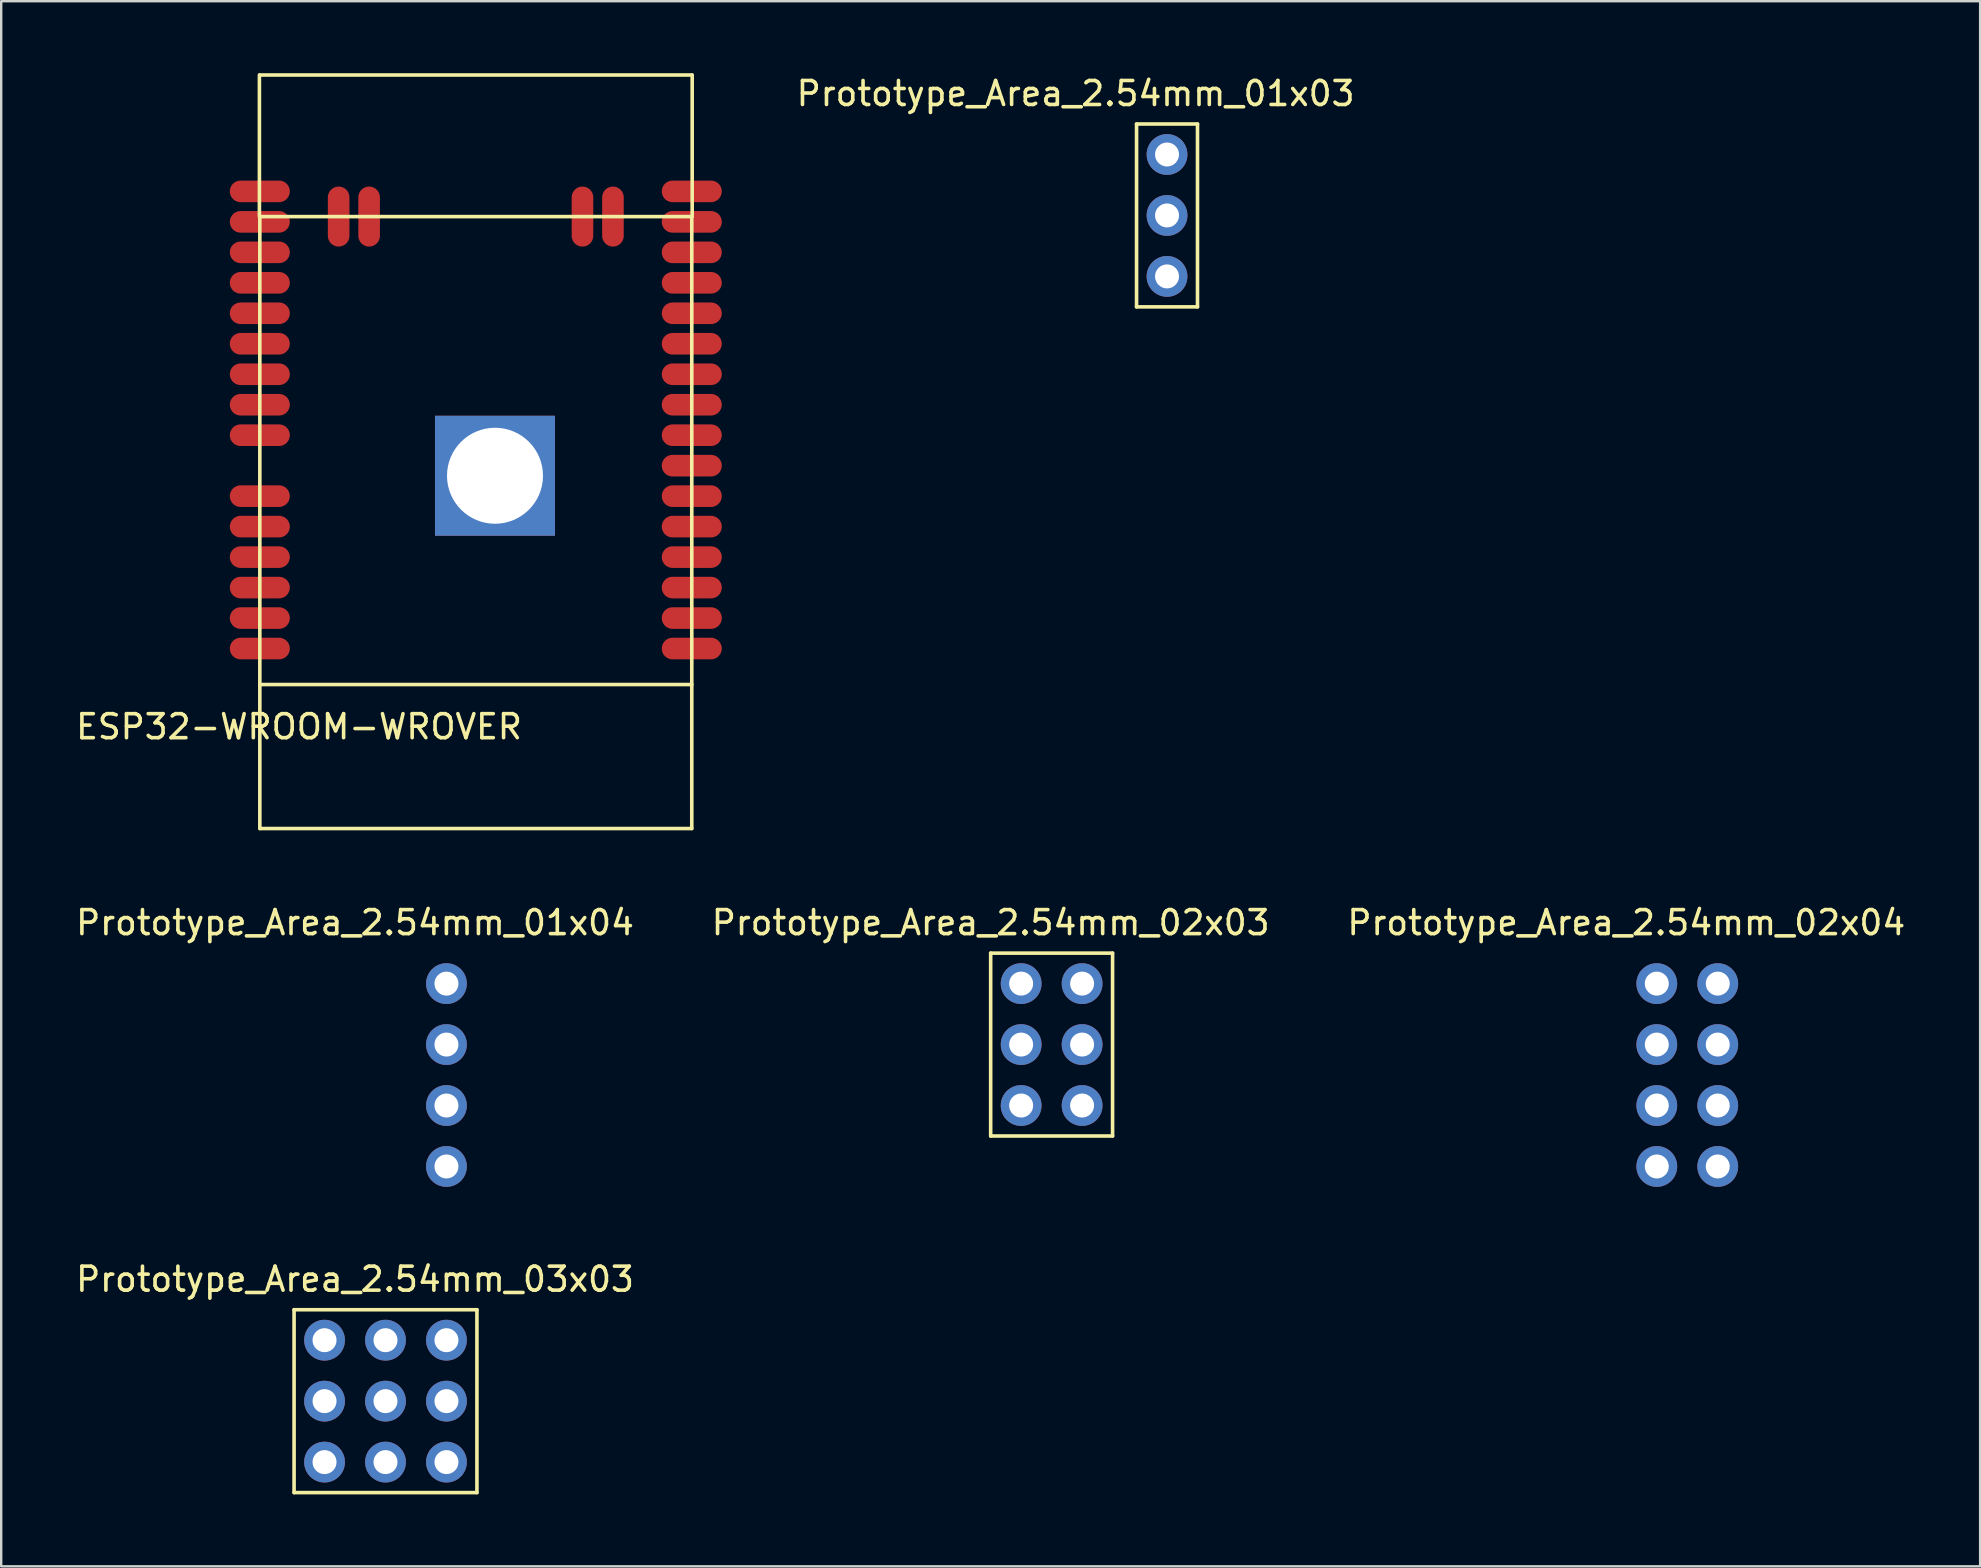
<source format=kicad_pcb>
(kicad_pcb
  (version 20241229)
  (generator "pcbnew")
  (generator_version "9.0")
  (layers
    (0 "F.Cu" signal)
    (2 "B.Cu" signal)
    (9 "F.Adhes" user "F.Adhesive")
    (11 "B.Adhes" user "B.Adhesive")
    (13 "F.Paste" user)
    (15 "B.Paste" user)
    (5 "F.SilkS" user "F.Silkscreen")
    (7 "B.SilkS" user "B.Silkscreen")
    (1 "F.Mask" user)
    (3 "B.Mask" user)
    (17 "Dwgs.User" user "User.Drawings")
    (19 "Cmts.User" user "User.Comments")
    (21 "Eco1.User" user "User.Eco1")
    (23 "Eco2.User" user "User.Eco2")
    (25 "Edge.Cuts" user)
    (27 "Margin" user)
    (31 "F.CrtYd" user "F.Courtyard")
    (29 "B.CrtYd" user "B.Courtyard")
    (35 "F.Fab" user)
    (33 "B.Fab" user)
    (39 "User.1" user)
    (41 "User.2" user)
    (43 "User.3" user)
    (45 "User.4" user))
  (footprint "Prototype_Area_2.54mm_01x03"
    (layer "F.Cu")
    (at 45.581 3.388)
    (property "Reference" "Prototype_Area_2.54mm_01x03" (at -3.81 -2.54 0) (layer "F.SilkS") (effects (font (size 1 1) (thickness 0.15))))
    (attr through_hole)
    (fp_line (start -1.27 -1.27) (end 1.27 -1.27) (stroke (width 0.15) (type solid)) (layer "F.SilkS"))
    (fp_line (start -1.27 6.35) (end -1.27 -1.27) (stroke (width 0.15) (type solid)) (layer "F.SilkS"))
    (fp_line (start 1.27 -1.27) (end 1.27 6.35) (stroke (width 0.15) (type solid)) (layer "F.SilkS"))
    (fp_line (start 1.27 6.35) (end -1.27 6.35) (stroke (width 0.15) (type solid)) (layer "F.SilkS"))
    (pad "1" thru_hole circle (at 0 0) (size 1.7 1.7) (drill 1) (layers "*.Cu" "*.Mask"))
    (pad "3" thru_hole oval (at 0 2.54) (size 1.7 1.7) (drill 1) (layers "*.Cu" "*.Mask"))
    (pad "5" thru_hole oval (at 0 5.08) (size 1.7 1.7) (drill 1) (layers "*.Cu" "*.Mask")))
  (footprint "Prototype_Area_2.54mm_02x04"
    (layer "F.Cu")
    (at 68.53 37.938)
    (property "Reference" "Prototype_Area_2.54mm_02x04" (at -3.81 -2.54 0) (layer "F.SilkS") (effects (font (size 1 1) (thickness 0.15))))
    (attr through_hole)
    (pad "1" thru_hole circle (at 0 0) (size 1.7 1.7) (drill 1) (layers "*.Cu" "*.Mask"))
    (pad "2" thru_hole oval (at -2.54 0) (size 1.7 1.7) (drill 1) (layers "*.Cu" "*.Mask"))
    (pad "3" thru_hole oval (at 0 2.54) (size 1.7 1.7) (drill 1) (layers "*.Cu" "*.Mask"))
    (pad "4" thru_hole oval (at -2.54 2.54) (size 1.7 1.7) (drill 1) (layers "*.Cu" "*.Mask"))
    (pad "5" thru_hole oval (at 0 5.08) (size 1.7 1.7) (drill 1) (layers "*.Cu" "*.Mask"))
    (pad "6" thru_hole oval (at -2.54 5.08) (size 1.7 1.7) (drill 1) (layers "*.Cu" "*.Mask"))
    (pad "7" thru_hole oval (at 0 7.62) (size 1.7 1.7) (drill 1) (layers "*.Cu" "*.Mask"))
    (pad "8" thru_hole oval (at -2.54 7.62) (size 1.7 1.7) (drill 1) (layers "*.Cu" "*.Mask")))
  (footprint "ESP32-WROOM-WROVER"
    (layer "F.Cu")
    (at 16.777 18.725)
    (property "Reference" "ESP32-WROOM-WROVER" (at -7.366 8.509 0) (layer "F.SilkS") (effects (font (size 1 1) (thickness 0.15))))
    (attr through_hole)
    (fp_line (start -9.017 -18.65) (end -9.017 -12.75) (stroke (width 0.15) (type solid)) (layer "F.SilkS"))
    (fp_line (start -9 -18.65) (end 9 -18.65) (stroke (width 0.15) (type solid)) (layer "F.SilkS"))
    (fp_line (start -9 -12.75) (end 9 -12.75) (stroke (width 0.15) (type solid)) (layer "F.SilkS"))
    (fp_line (start -9 6.75) (end 9 6.75) (stroke (width 0.15) (type solid)) (layer "F.SilkS"))
    (fp_line (start -9 12.75) (end -9 -12.75) (stroke (width 0.15) (type solid)) (layer "F.SilkS"))
    (fp_line (start -9 12.75) (end 9 12.75) (stroke (width 0.15) (type solid)) (layer "F.SilkS"))
    (fp_line (start 9 12.75) (end 9 -12.75) (stroke (width 0.15) (type solid)) (layer "F.SilkS"))
    (fp_line (start 9.017 -18.65) (end 9.017 -12.75) (stroke (width 0.15) (type solid)) (layer "F.SilkS"))
    (pad "1" smd oval (at 9 5.25) (size 2.5 0.9) (layers "F.Cu" "F.Mask" "F.Paste"))
    (pad "2" smd oval (at 9 3.98) (size 2.5 0.9) (layers "F.Cu" "F.Mask" "F.Paste"))
    (pad "3" smd oval (at 9 2.71) (size 2.5 0.9) (layers "F.Cu" "F.Mask" "F.Paste"))
    (pad "4" smd oval (at 9 1.44) (size 2.5 0.9) (layers "F.Cu" "F.Mask" "F.Paste"))
    (pad "5" smd oval (at 9 0.17) (size 2.5 0.9) (layers "F.Cu" "F.Mask" "F.Paste"))
    (pad "6" smd oval (at 9 -1.1) (size 2.5 0.9) (layers "F.Cu" "F.Mask" "F.Paste"))
    (pad "7" smd oval (at 9 -2.37) (size 2.5 0.9) (layers "F.Cu" "F.Mask" "F.Paste"))
    (pad "8" smd oval (at 9 -3.64) (size 2.5 0.9) (layers "F.Cu" "F.Mask" "F.Paste"))
    (pad "9" smd oval (at 9 -4.91) (size 2.5 0.9) (layers "F.Cu" "F.Mask" "F.Paste"))
    (pad "10" smd oval (at 9 -6.18) (size 2.5 0.9) (layers "F.Cu" "F.Mask" "F.Paste"))
    (pad "11" smd oval (at 9 -7.45) (size 2.5 0.9) (layers "F.Cu" "F.Mask" "F.Paste"))
    (pad "12" smd oval (at 9 -8.72) (size 2.5 0.9) (layers "F.Cu" "F.Mask" "F.Paste"))
    (pad "13" smd oval (at 9 -9.99) (size 2.5 0.9) (layers "F.Cu" "F.Mask" "F.Paste"))
    (pad "14" smd oval (at 9 -11.26) (size 2.5 0.9) (layers "F.Cu" "F.Mask" "F.Paste"))
    (pad "15" smd oval (at 5.715 -12.75) (size 0.9 2.5) (layers "F.Cu" "F.Mask" "F.Paste"))
    (pad "15" smd oval (at 9 -12.53 270) (size 0.9 2.5) (layers "F.Cu" "F.Mask" "F.Paste"))
    (pad "16" smd oval (at 4.445 -12.75) (size 0.9 2.5) (layers "F.Cu" "F.Mask" "F.Paste"))
    (pad "16" smd oval (at 9 -13.8 270) (size 0.9 2.5) (layers "F.Cu" "F.Mask" "F.Paste"))
    (pad "23" smd oval (at -9 -13.8 90) (size 0.9 2.5) (layers "F.Cu" "F.Mask" "F.Paste"))
    (pad "23" smd oval (at -4.445 -12.75) (size 0.9 2.5) (layers "F.Cu" "F.Mask" "F.Paste"))
    (pad "24" smd oval (at -9 -12.53 90) (size 0.9 2.5) (layers "F.Cu" "F.Mask" "F.Paste"))
    (pad "24" smd oval (at -5.715 -12.75) (size 0.9 2.5) (layers "F.Cu" "F.Mask" "F.Paste"))
    (pad "25" smd oval (at -9 -11.26) (size 2.5 0.9) (layers "F.Cu" "F.Mask" "F.Paste"))
    (pad "26" smd oval (at -9 -9.99) (size 2.5 0.9) (layers "F.Cu" "F.Mask" "F.Paste"))
    (pad "27" smd oval (at -9 -8.72) (size 2.5 0.9) (layers "F.Cu" "F.Mask" "F.Paste"))
    (pad "28" smd oval (at -9 -7.45) (size 2.5 0.9) (layers "F.Cu" "F.Mask" "F.Paste"))
    (pad "29" smd oval (at -9 -6.18) (size 2.5 0.9) (layers "F.Cu" "F.Mask" "F.Paste"))
    (pad "30" smd oval (at -9 -4.91) (size 2.5 0.9) (layers "F.Cu" "F.Mask" "F.Paste"))
    (pad "31" smd oval (at -9 -3.64) (size 2.5 0.9) (layers "F.Cu" "F.Mask" "F.Paste"))
    (pad "33" smd oval (at -9 -1.1) (size 2.5 0.9) (layers "F.Cu" "F.Mask" "F.Paste"))
    (pad "34" smd oval (at -9 0.17) (size 2.5 0.9) (layers "F.Cu" "F.Mask" "F.Paste"))
    (pad "35" smd oval (at -9 1.44) (size 2.5 0.9) (layers "F.Cu" "F.Mask" "F.Paste"))
    (pad "36" smd oval (at -9 2.71) (size 2.5 0.9) (layers "F.Cu" "F.Mask" "F.Paste"))
    (pad "37" smd oval (at -9 3.98) (size 2.5 0.9) (layers "F.Cu" "F.Mask" "F.Paste"))
    (pad "38" smd oval (at -9 5.25) (size 2.5 0.9) (layers "F.Cu" "F.Mask" "F.Paste"))
    (pad "39" thru_hole rect (at 0.8 -1.95) (size 5 5) (drill 4) (layers "*.Cu" "*.Mask")))
  (footprint "Prototype_Area_2.54mm_02x03"
    (layer "F.Cu")
    (at 42.042 37.938)
    (property "Reference" "Prototype_Area_2.54mm_02x03" (at -3.81 -2.54 0) (layer "F.SilkS") (effects (font (size 1 1) (thickness 0.15))))
    (attr through_hole)
    (fp_line (start -3.81 -1.27) (end 1.27 -1.27) (stroke (width 0.15) (type solid)) (layer "F.SilkS"))
    (fp_line (start -3.81 6.35) (end -3.81 -1.27) (stroke (width 0.15) (type solid)) (layer "F.SilkS"))
    (fp_line (start 1.27 -1.27) (end 1.27 6.35) (stroke (width 0.15) (type solid)) (layer "F.SilkS"))
    (fp_line (start 1.27 6.35) (end -3.81 6.35) (stroke (width 0.15) (type solid)) (layer "F.SilkS"))
    (pad "1" thru_hole circle (at 0 0) (size 1.7 1.7) (drill 1) (layers "*.Cu" "*.Mask"))
    (pad "2" thru_hole oval (at -2.54 0) (size 1.7 1.7) (drill 1) (layers "*.Cu" "*.Mask"))
    (pad "3" thru_hole oval (at 0 2.54) (size 1.7 1.7) (drill 1) (layers "*.Cu" "*.Mask"))
    (pad "4" thru_hole oval (at -2.54 2.54) (size 1.7 1.7) (drill 1) (layers "*.Cu" "*.Mask"))
    (pad "5" thru_hole oval (at 0 5.08) (size 1.7 1.7) (drill 1) (layers "*.Cu" "*.Mask"))
    (pad "6" thru_hole oval (at -2.54 5.08) (size 1.7 1.7) (drill 1) (layers "*.Cu" "*.Mask")))
  (footprint "Prototype_Area_2.54mm_01x04"
    (layer "F.Cu")
    (at 15.554 37.938)
    (property "Reference" "Prototype_Area_2.54mm_01x04" (at -3.81 -2.54 0) (layer "F.SilkS") (effects (font (size 1 1) (thickness 0.15))))
    (attr through_hole)
    (pad "1" thru_hole circle (at 0 0) (size 1.7 1.7) (drill 1) (layers "*.Cu" "*.Mask"))
    (pad "2" thru_hole oval (at 0 2.54) (size 1.7 1.7) (drill 1) (layers "*.Cu" "*.Mask"))
    (pad "3" thru_hole oval (at 0 5.08) (size 1.7 1.7) (drill 1) (layers "*.Cu" "*.Mask"))
    (pad "4" thru_hole oval (at 0 7.62) (size 1.7 1.7) (drill 1) (layers "*.Cu" "*.Mask")))
  (footprint "Prototype_Area_2.54mm_03x03"
    (layer "F.Cu")
    (at 15.554 52.797)
    (property "Reference" "Prototype_Area_2.54mm_03x03" (at -3.81 -2.54 0) (layer "F.SilkS") (effects (font (size 1 1) (thickness 0.15))))
    (attr through_hole)
    (fp_line (start -6.35 -1.27) (end 1.27 -1.27) (stroke (width 0.15) (type solid)) (layer "F.SilkS"))
    (fp_line (start -6.35 6.35) (end -6.35 -1.27) (stroke (width 0.15) (type solid)) (layer "F.SilkS"))
    (fp_line (start 1.27 -1.27) (end 1.27 6.35) (stroke (width 0.15) (type solid)) (layer "F.SilkS"))
    (fp_line (start 1.27 6.35) (end -6.35 6.35) (stroke (width 0.15) (type solid)) (layer "F.SilkS"))
    (pad "1" thru_hole circle (at 0 0) (size 1.7 1.7) (drill 1) (layers "*.Cu" "*.Mask"))
    (pad "2" thru_hole oval (at -2.54 0) (size 1.7 1.7) (drill 1) (layers "*.Cu" "*.Mask"))
    (pad "3" thru_hole oval (at -5.08 0) (size 1.7 1.7) (drill 1) (layers "*.Cu" "*.Mask"))
    (pad "5" thru_hole oval (at 0 2.54) (size 1.7 1.7) (drill 1) (layers "*.Cu" "*.Mask"))
    (pad "6" thru_hole oval (at -2.54 2.54) (size 1.7 1.7) (drill 1) (layers "*.Cu" "*.Mask"))
    (pad "7" thru_hole oval (at -5.08 2.54) (size 1.7 1.7) (drill 1) (layers "*.Cu" "*.Mask"))
    (pad "9" thru_hole oval (at 0 5.08) (size 1.7 1.7) (drill 1) (layers "*.Cu" "*.Mask"))
    (pad "10" thru_hole oval (at -2.54 5.08) (size 1.7 1.7) (drill 1) (layers "*.Cu" "*.Mask"))
    (pad "11" thru_hole oval (at -5.08 5.08) (size 1.7 1.7) (drill 1) (layers "*.Cu" "*.Mask")))
  (gr_rect
    (start -3 -3)
    (end 79.464 62.221)
    (stroke (width 0.1) (type default))
    (fill no)
    (layer "Edge.Cuts")))
</source>
